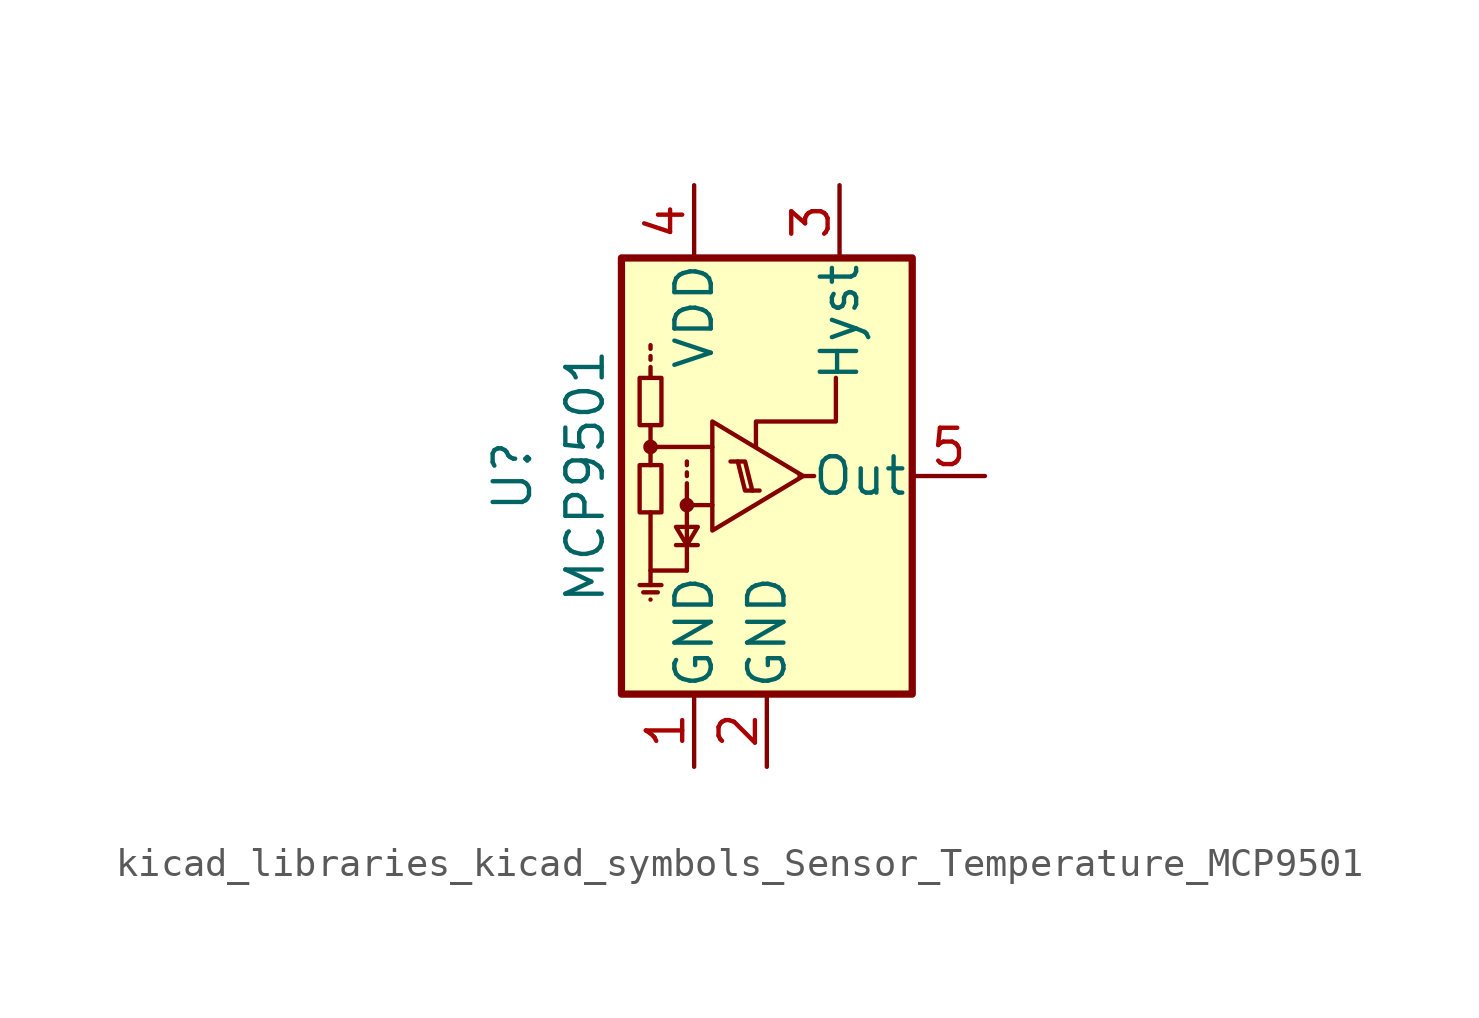
<source format=kicad_sym>
(kicad_symbol_lib
  (version 20220914)
  (generator kicad_symbol_editor)
  (symbol "kicad_libraries_kicad_symbols_Sensor_Temperature_MCP9501"
    (pin_names
      (offset 0.127))
    (property "Reference" "U"
      (at -6.35 0 90)
      (effects (font (size 1.27 1.27))))
    (property "Value" "MCP9501"
      (at -3.81 0 90)
      (effects (font (size 1.27 1.27))))
    (symbol "kicad_libraries_kicad_symbols_Sensor_Temperature_MCP9501_0_1"
      (rectangle (start -2.54 7.62) (end 7.62 -7.62) (stroke (width 0.254) (type default)) (fill (type background)))
      (rectangle (start -1.905 0.381) (end -1.143 -1.27) (stroke (width 0) (type default)) (fill (type none)))
      (rectangle (start -1.905 3.429) (end -1.143 1.778) (stroke (width 0) (type default)) (fill (type none)))
      (circle (center -1.524 1.016) (radius 0.178) (stroke (width 0) (type default)) (fill (type outline)))
      (circle (center -0.254 -1.016) (radius 0.178) (stroke (width 0) (type default)) (fill (type outline)))
      (polyline (pts (xy -1.905 -3.81) (xy -1.143 -3.81)) (stroke (width 0) (type default)) (fill (type none)))
      (polyline (pts (xy -1.778 -4.064) (xy -1.27 -4.064)) (stroke (width 0) (type default)) (fill (type none)))
      (polyline (pts (xy -1.524 -4.318) (xy -1.524 -4.318)) (stroke (width 0) (type default)) (fill (type none)))
      (polyline (pts (xy -1.524 -3.302) (xy -1.524 -3.81)) (stroke (width 0) (type default)) (fill (type none)))
      (polyline (pts (xy -1.524 1.016) (xy -1.524 0.381)) (stroke (width 0) (type default)) (fill (type none)))
      (polyline (pts (xy -1.524 3.429) (xy -1.524 3.81)) (stroke (width 0) (type default)) (fill (type none)))
      (polyline (pts (xy -1.524 4.064) (xy -1.524 4.191)) (stroke (width 0) (type default)) (fill (type none)))
      (polyline (pts (xy -1.524 4.445) (xy -1.524 4.572)) (stroke (width 0) (type default)) (fill (type none)))
      (polyline (pts (xy -0.635 -2.413) (xy 0.127 -2.413)) (stroke (width 0) (type default)) (fill (type none)))
      (polyline (pts (xy -0.254 0) (xy -0.254 0.127)) (stroke (width 0) (type default)) (fill (type none)))
      (polyline (pts (xy -0.254 0.381) (xy -0.254 0.508)) (stroke (width 0) (type default)) (fill (type none)))
      (polyline (pts (xy 3.683 0) (xy 4.191 0)) (stroke (width 0) (type default)) (fill (type none)))
      (polyline (pts (xy -1.524 -1.27) (xy -1.524 -3.302) (xy -0.254 -3.302)) (stroke (width 0) (type default)) (fill (type none)))
      (polyline (pts (xy -0.254 -1.016) (xy -0.254 -0.381) (xy -0.254 -0.254)) (stroke (width 0) (type default)) (fill (type none)))
      (polyline (pts (xy 0.635 -1.016) (xy -0.254 -1.016) (xy -0.254 -3.302)) (stroke (width 0) (type default)) (fill (type none)))
      (polyline (pts (xy 0.635 1.016) (xy -1.524 1.016) (xy -1.524 1.778)) (stroke (width 0) (type default)) (fill (type none)))
      (polyline (pts (xy 1.524 0.508) (xy 1.778 -0.508) (xy 2.032 -0.508)) (stroke (width 0) (type default)) (fill (type none)))
      (polyline (pts (xy 0.127 -1.778) (xy -0.635 -1.778) (xy -0.254 -2.413) (xy 0.127 -1.778)) (stroke (width 0) (type default)) (fill (type none)))
      (polyline (pts (xy 1.27 0.508) (xy 1.778 0.508) (xy 2.032 -0.508) (xy 2.286 -0.508)) (stroke (width 0) (type default)) (fill (type none)))
      (polyline (pts (xy 3.81 0) (xy 0.635 1.905) (xy 0.635 -1.905) (xy 3.81 0)) (stroke (width 0) (type default)) (fill (type none)))
      (polyline (pts (xy 4.953 3.429) (xy 4.953 1.905) (xy 2.159 1.905) (xy 2.159 1.016)) (stroke (width 0) (type default)) (fill (type none))))
    (symbol "kicad_libraries_kicad_symbols_Sensor_Temperature_MCP9501_1_1"
      (pin power_in line (at 0 -10.16 90) (length 2.54) (name "GND" (effects (font (size 1.27 1.27)))) (number "1" (effects (font (size 1.27 1.27)))))
      (pin power_in line (at 2.54 -10.16 90) (length 2.54) (name "GND" (effects (font (size 1.27 1.27)))) (number "2" (effects (font (size 1.27 1.27)))))
      (pin input line (at 5.08 10.16 270) (length 2.54) (name "Hyst" (effects (font (size 1.27 1.27)))) (number "3" (effects (font (size 1.27 1.27)))))
      (pin power_in line (at 0 10.16 270) (length 2.54) (name "VDD" (effects (font (size 1.27 1.27)))) (number "4" (effects (font (size 1.27 1.27)))))
      (pin open_collector line (at 10.16 0 180) (length 2.54) (name "Out" (effects (font (size 1.27 1.27)))) (number "5" (effects (font (size 1.27 1.27))))))))
</source>
